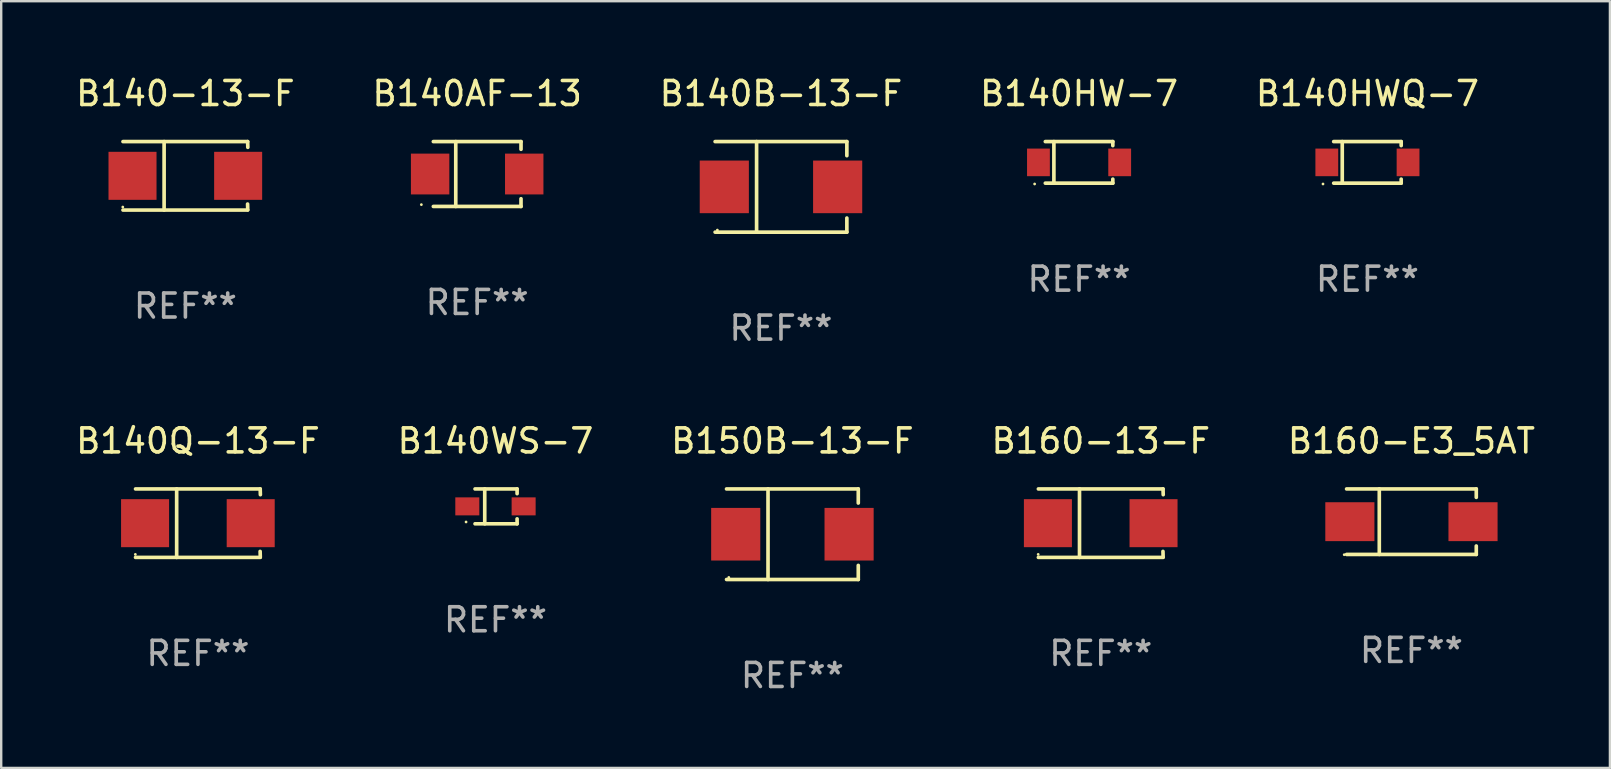
<source format=kicad_pcb>
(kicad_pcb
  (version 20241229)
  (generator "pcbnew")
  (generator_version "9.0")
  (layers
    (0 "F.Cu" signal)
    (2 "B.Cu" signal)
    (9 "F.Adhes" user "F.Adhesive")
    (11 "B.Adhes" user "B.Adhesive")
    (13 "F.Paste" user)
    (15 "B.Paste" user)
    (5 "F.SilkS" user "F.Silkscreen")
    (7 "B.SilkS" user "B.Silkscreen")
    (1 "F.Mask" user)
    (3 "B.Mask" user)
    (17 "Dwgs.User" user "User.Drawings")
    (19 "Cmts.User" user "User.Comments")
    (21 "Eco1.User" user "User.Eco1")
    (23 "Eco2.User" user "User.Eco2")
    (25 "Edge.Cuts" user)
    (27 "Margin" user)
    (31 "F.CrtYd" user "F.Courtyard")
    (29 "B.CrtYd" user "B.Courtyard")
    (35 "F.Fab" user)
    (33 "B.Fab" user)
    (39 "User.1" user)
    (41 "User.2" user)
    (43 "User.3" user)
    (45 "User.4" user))
  (footprint "B140-13-F"
    (layer "F.Cu")
    (at 4.673 4.274)
    (property "Reference" "B140-13-F" (at 0 -3.426 0) (layer "F.SilkS") (effects (font (size 1 1) (thickness 0.15))))
    (attr through_hole)
    (fp_line (start -2.6 -1.426) (end 2.593 -1.426) (stroke (width 0.152) (type solid)) (layer "F.SilkS"))
    (fp_line (start -2.6 1.426) (end 2.593 1.426) (stroke (width 0.152) (type solid)) (layer "F.SilkS"))
    (fp_line (start -0.887 -1.426) (end -0.887 1.426) (stroke (width 0.152) (type solid)) (layer "F.SilkS"))
    (fp_line (start 2.59 1.176) (end 2.597 1.415) (stroke (width 0.152) (type solid)) (layer "F.SilkS"))
    (fp_line (start 2.593 -1.426) (end 2.6 -1.187) (stroke (width 0.152) (type solid)) (layer "F.SilkS"))
    (fp_circle (center -2.608 1.3) (end -2.578 1.3) (stroke (width 0.06) (type solid)) (fill no) (layer "F.SilkS"))
    (fp_text user "REF**" (at 0 5.426 0) (layer "F.Fab") (effects (font (size 1 1) (thickness 0.15))))
    (pad "1" smd rect (at -2.203 0 180) (size 2 2) (layers "F.Cu" "F.Mask" "F.Paste"))
    (pad "2" smd rect (at 2.197 0 180) (size 2 2) (layers "F.Cu" "F.Mask" "F.Paste")))
  (footprint "B140HWQ-7"
    (layer "F.Cu")
    (at 53.911 3.714)
    (property "Reference" "B140HWQ-7" (at 0 -2.866 0) (layer "F.SilkS") (effects (font (size 1 1) (thickness 0.15))))
    (attr through_hole)
    (fp_line (start -1.406 -0.866) (end 1.406 -0.866) (stroke (width 0.152) (type solid)) (layer "F.SilkS"))
    (fp_line (start -1.406 0.866) (end 1.406 0.866) (stroke (width 0.152) (type solid)) (layer "F.SilkS"))
    (fp_line (start -1.049 -0.866) (end -1.049 0.866) (stroke (width 0.152) (type solid)) (layer "F.SilkS"))
    (fp_line (start 1.406 -0.866) (end 1.406 -0.698) (stroke (width 0.152) (type solid)) (layer "F.SilkS"))
    (fp_line (start 1.406 0.866) (end 1.406 0.698) (stroke (width 0.152) (type solid)) (layer "F.SilkS"))
    (fp_circle (center -1.851 0.9) (end -1.821 0.9) (stroke (width 0.06) (type solid)) (fill no) (layer "F.SilkS"))
    (fp_text user "REF**" (at 0 4.866 0) (layer "F.Fab") (effects (font (size 1 1) (thickness 0.15))))
    (pad "1" smd rect (at -1.692 0) (size 0.95 1.15) (layers "F.Cu" "F.Mask" "F.Paste"))
    (pad "2" smd rect (at 1.692 0) (size 0.95 1.15) (layers "F.Cu" "F.Mask" "F.Paste")))
  (footprint "B140Q-13-F"
    (layer "F.Cu")
    (at 5.196 18.743)
    (property "Reference" "B140Q-13-F" (at 0 -3.426 0) (layer "F.SilkS") (effects (font (size 1 1) (thickness 0.15))))
    (attr through_hole)
    (fp_line (start -2.6 -1.426) (end 2.593 -1.426) (stroke (width 0.152) (type solid)) (layer "F.SilkS"))
    (fp_line (start -2.6 1.426) (end 2.593 1.426) (stroke (width 0.152) (type solid)) (layer "F.SilkS"))
    (fp_line (start -0.887 -1.426) (end -0.887 1.426) (stroke (width 0.152) (type solid)) (layer "F.SilkS"))
    (fp_line (start 2.59 1.176) (end 2.597 1.415) (stroke (width 0.152) (type solid)) (layer "F.SilkS"))
    (fp_line (start 2.593 -1.426) (end 2.6 -1.187) (stroke (width 0.152) (type solid)) (layer "F.SilkS"))
    (fp_circle (center -2.608 1.3) (end -2.578 1.3) (stroke (width 0.06) (type solid)) (fill no) (layer "F.SilkS"))
    (fp_text user "REF**" (at 0 5.426 0) (layer "F.Fab") (effects (font (size 1 1) (thickness 0.15))))
    (pad "1" smd rect (at -2.203 0 180) (size 2 2) (layers "F.Cu" "F.Mask" "F.Paste"))
    (pad "2" smd rect (at 2.197 0 180) (size 2 2) (layers "F.Cu" "F.Mask" "F.Paste")))
  (footprint "B160-E3_5AT"
    (layer "F.Cu")
    (at 55.744 18.681)
    (property "Reference" "B160-E3_5AT" (at 0 -3.364 0) (layer "F.SilkS") (effects (font (size 1 1) (thickness 0.15))))
    (attr through_hole)
    (fp_line (start -2.701 -1.364) (end 2.701 -1.364) (stroke (width 0.152) (type solid)) (layer "F.SilkS"))
    (fp_line (start -2.701 1.364) (end 2.701 1.364) (stroke (width 0.152) (type solid)) (layer "F.SilkS"))
    (fp_line (start -1.339 -1.364) (end -1.339 1.364) (stroke (width 0.152) (type solid)) (layer "F.SilkS"))
    (fp_line (start 2.701 -1.364) (end 2.701 -1.013) (stroke (width 0.152) (type solid)) (layer "F.SilkS"))
    (fp_line (start 2.701 1.364) (end 2.701 1.013) (stroke (width 0.152) (type solid)) (layer "F.SilkS"))
    (fp_circle (center -2.8 1.375) (end -2.77 1.375) (stroke (width 0.06) (type solid)) (fill no) (layer "F.SilkS"))
    (fp_text user "REF**" (at 0 5.364 0) (layer "F.Fab") (effects (font (size 1 1) (thickness 0.15))))
    (pad "1" smd rect (at -2.565 -0.000025) (size 2.046 1.62) (layers "F.Cu" "F.Mask" "F.Paste"))
    (pad "2" smd rect (at 2.565 -0.000025) (size 2.046 1.62) (layers "F.Cu" "F.Mask" "F.Paste")))
  (footprint "B140B-13-F"
    (layer "F.Cu")
    (at 29.482 4.734)
    (property "Reference" "B140B-13-F" (at 0 -3.886 0) (layer "F.SilkS") (effects (font (size 1 1) (thickness 0.15))))
    (attr through_hole)
    (fp_line (start -2.744 -1.886) (end 2.744 -1.886) (stroke (width 0.152) (type solid)) (layer "F.SilkS"))
    (fp_line (start -2.744 1.886) (end 2.744 1.886) (stroke (width 0.152) (type solid)) (layer "F.SilkS"))
    (fp_line (start -1.016 -1.886) (end -1.016 1.886) (stroke (width 0.152) (type solid)) (layer "F.SilkS"))
    (fp_line (start 2.744 -1.886) (end 2.744 -1.299) (stroke (width 0.152) (type solid)) (layer "F.SilkS"))
    (fp_line (start 2.744 1.886) (end 2.744 1.299) (stroke (width 0.152) (type solid)) (layer "F.SilkS"))
    (fp_circle (center -2.65 1.8) (end -2.62 1.8) (stroke (width 0.06) (type solid)) (fill no) (layer "F.SilkS"))
    (fp_text user "REF**" (at 0 5.886 0) (layer "F.Fab") (effects (font (size 1 1) (thickness 0.15))))
    (pad "1" smd rect (at -2.361 0) (size 2.047 2.192) (layers "F.Cu" "F.Mask" "F.Paste"))
    (pad "2" smd rect (at 2.361 0) (size 2.047 2.192) (layers "F.Cu" "F.Mask" "F.Paste")))
  (footprint "B140AF-13"
    (layer "F.Cu")
    (at 16.827 4.199)
    (property "Reference" "B140AF-13" (at 0 -3.351 0) (layer "F.SilkS") (effects (font (size 1 1) (thickness 0.15))))
    (attr through_hole)
    (fp_line (start -1.826 -1.351) (end 1.826 -1.351) (stroke (width 0.152) (type solid)) (layer "F.SilkS"))
    (fp_line (start -1.826 1.351) (end 1.826 1.351) (stroke (width 0.152) (type solid)) (layer "F.SilkS"))
    (fp_line (start -0.892 -1.351) (end -0.892 1.351) (stroke (width 0.152) (type solid)) (layer "F.SilkS"))
    (fp_line (start 1.826 -1.351) (end 1.826 -1.03) (stroke (width 0.152) (type solid)) (layer "F.SilkS"))
    (fp_line (start 1.826 1.03) (end 1.826 1.351) (stroke (width 0.152) (type solid)) (layer "F.SilkS"))
    (fp_circle (center -2.325 1.275) (end -2.295 1.275) (stroke (width 0.06) (type solid)) (fill no) (layer "F.SilkS"))
    (fp_text user "REF**" (at 0 5.351 0) (layer "F.Fab") (effects (font (size 1 1) (thickness 0.15))))
    (pad "1" smd rect (at -1.96 0 180) (size 1.6 1.7) (layers "F.Cu" "F.Mask" "F.Paste"))
    (pad "2" smd rect (at 1.96 0 180) (size 1.6 1.7) (layers "F.Cu" "F.Mask" "F.Paste")))
  (footprint "B140HW-7"
    (layer "F.Cu")
    (at 41.899 3.714)
    (property "Reference" "B140HW-7" (at 0 -2.866 0) (layer "F.SilkS") (effects (font (size 1 1) (thickness 0.15))))
    (attr through_hole)
    (fp_line (start -1.406 -0.866) (end 1.406 -0.866) (stroke (width 0.152) (type solid)) (layer "F.SilkS"))
    (fp_line (start -1.406 0.866) (end 1.406 0.866) (stroke (width 0.152) (type solid)) (layer "F.SilkS"))
    (fp_line (start -1.049 -0.866) (end -1.049 0.866) (stroke (width 0.152) (type solid)) (layer "F.SilkS"))
    (fp_line (start 1.406 -0.866) (end 1.406 -0.698) (stroke (width 0.152) (type solid)) (layer "F.SilkS"))
    (fp_line (start 1.406 0.866) (end 1.406 0.698) (stroke (width 0.152) (type solid)) (layer "F.SilkS"))
    (fp_circle (center -1.851 0.9) (end -1.821 0.9) (stroke (width 0.06) (type solid)) (fill no) (layer "F.SilkS"))
    (fp_text user "REF**" (at 0 4.866 0) (layer "F.Fab") (effects (font (size 1 1) (thickness 0.15))))
    (pad "1" smd rect (at -1.692 0) (size 0.95 1.15) (layers "F.Cu" "F.Mask" "F.Paste"))
    (pad "2" smd rect (at 1.692 0) (size 0.95 1.15) (layers "F.Cu" "F.Mask" "F.Paste")))
  (footprint "B140WS-7"
    (layer "F.Cu")
    (at 17.589 18.043)
    (property "Reference" "B140WS-7" (at 0 -2.726 0) (layer "F.SilkS") (effects (font (size 1 1) (thickness 0.15))))
    (attr through_hole)
    (fp_line (start -0.851 -0.726) (end 0.901 -0.726) (stroke (width 0.152) (type solid)) (layer "F.SilkS"))
    (fp_line (start -0.851 0.726) (end 0.901 0.726) (stroke (width 0.152) (type solid)) (layer "F.SilkS"))
    (fp_line (start -0.447 -0.726) (end -0.447 0.726) (stroke (width 0.152) (type solid)) (layer "F.SilkS"))
    (fp_line (start 0.901 -0.726) (end 0.901 -0.53) (stroke (width 0.152) (type solid)) (layer "F.SilkS"))
    (fp_line (start 0.901 0.726) (end 0.901 0.52) (stroke (width 0.152) (type solid)) (layer "F.SilkS"))
    (fp_circle (center -1.225 0.65) (end -1.195 0.65) (stroke (width 0.06) (type solid)) (fill no) (layer "F.SilkS"))
    (fp_text user "REF**" (at 0 4.726 0) (layer "F.Fab") (effects (font (size 1 1) (thickness 0.15))))
    (pad "1" smd rect (at -1.173 0) (size 1 0.75) (layers "F.Cu" "F.Mask" "F.Paste"))
    (pad "2" smd rect (at 1.173 0) (size 1 0.75) (layers "F.Cu" "F.Mask" "F.Paste")))
  (footprint "B160-13-F"
    (layer "F.Cu")
    (at 42.804 18.743)
    (property "Reference" "B160-13-F" (at 0 -3.426 0) (layer "F.SilkS") (effects (font (size 1 1) (thickness 0.15))))
    (attr through_hole)
    (fp_line (start -2.6 -1.426) (end 2.593 -1.426) (stroke (width 0.152) (type solid)) (layer "F.SilkS"))
    (fp_line (start -2.6 1.426) (end 2.593 1.426) (stroke (width 0.152) (type solid)) (layer "F.SilkS"))
    (fp_line (start -0.887 -1.426) (end -0.887 1.426) (stroke (width 0.152) (type solid)) (layer "F.SilkS"))
    (fp_line (start 2.59 1.176) (end 2.597 1.415) (stroke (width 0.152) (type solid)) (layer "F.SilkS"))
    (fp_line (start 2.593 -1.426) (end 2.6 -1.187) (stroke (width 0.152) (type solid)) (layer "F.SilkS"))
    (fp_circle (center -2.608 1.3) (end -2.578 1.3) (stroke (width 0.06) (type solid)) (fill no) (layer "F.SilkS"))
    (fp_text user "REF**" (at 0 5.426 0) (layer "F.Fab") (effects (font (size 1 1) (thickness 0.15))))
    (pad "1" smd rect (at -2.203 0 180) (size 2 2) (layers "F.Cu" "F.Mask" "F.Paste"))
    (pad "2" smd rect (at 2.197 0 180) (size 2 2) (layers "F.Cu" "F.Mask" "F.Paste")))
  (footprint "B150B-13-F"
    (layer "F.Cu")
    (at 29.958 19.203)
    (property "Reference" "B150B-13-F" (at 0 -3.886 0) (layer "F.SilkS") (effects (font (size 1 1) (thickness 0.15))))
    (attr through_hole)
    (fp_line (start -2.744 -1.886) (end 2.744 -1.886) (stroke (width 0.152) (type solid)) (layer "F.SilkS"))
    (fp_line (start -2.744 1.886) (end 2.744 1.886) (stroke (width 0.152) (type solid)) (layer "F.SilkS"))
    (fp_line (start -1.016 -1.886) (end -1.016 1.886) (stroke (width 0.152) (type solid)) (layer "F.SilkS"))
    (fp_line (start 2.744 -1.886) (end 2.744 -1.299) (stroke (width 0.152) (type solid)) (layer "F.SilkS"))
    (fp_line (start 2.744 1.886) (end 2.744 1.299) (stroke (width 0.152) (type solid)) (layer "F.SilkS"))
    (fp_circle (center -2.65 1.8) (end -2.62 1.8) (stroke (width 0.06) (type solid)) (fill no) (layer "F.SilkS"))
    (fp_text user "REF**" (at 0 5.886 0) (layer "F.Fab") (effects (font (size 1 1) (thickness 0.15))))
    (pad "1" smd rect (at -2.361 0) (size 2.047 2.192) (layers "F.Cu" "F.Mask" "F.Paste"))
    (pad "2" smd rect (at 2.361 0) (size 2.047 2.192) (layers "F.Cu" "F.Mask" "F.Paste")))
  (gr_rect
    (start -3 -3)
    (end 64.012 28.938)
    (stroke (width 0.1) (type default))
    (fill no)
    (layer "Edge.Cuts")))
</source>
